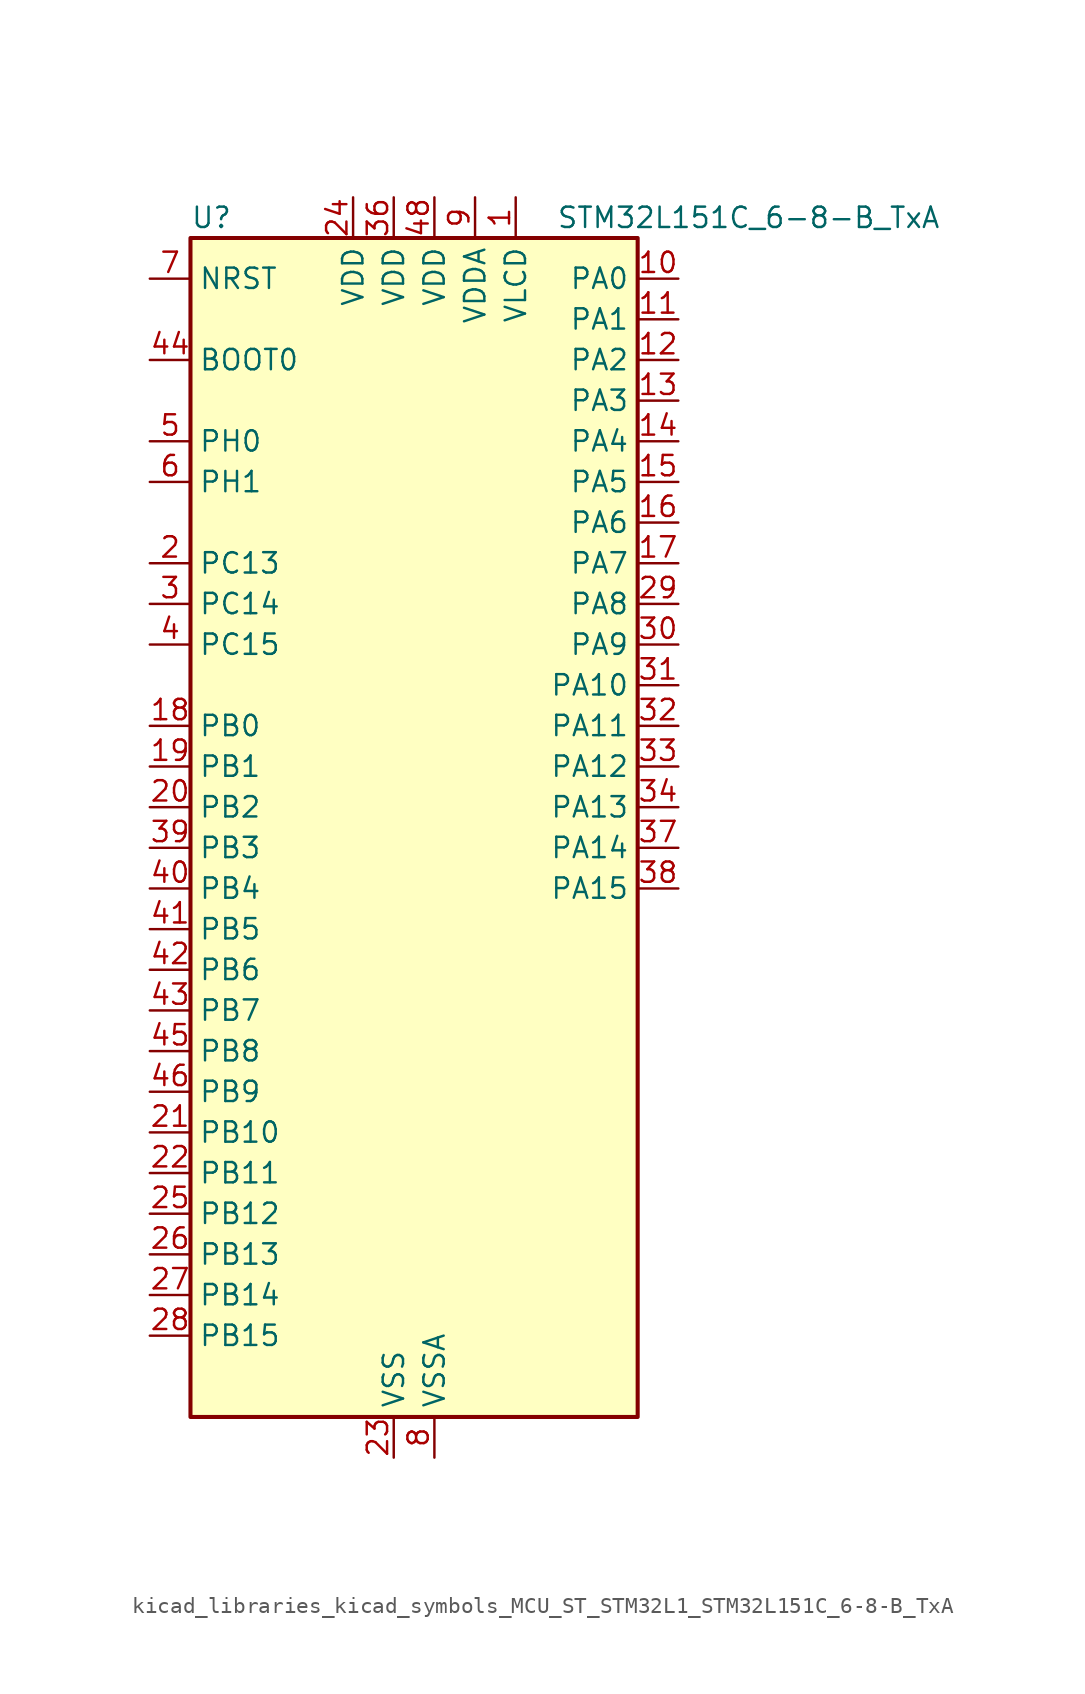
<source format=kicad_sym>
(kicad_symbol_lib
  (version 20220914)
  (generator kicad_symbol_editor)
  (symbol "kicad_libraries_kicad_symbols_MCU_ST_STM32L1_STM32L151C_6-8-B_TxA"
    (property "Reference" "U"
      (at -12.7 39.37 0)
      (effects (font (size 1.27 1.27)) (justify left)))
    (property "Value" "STM32L151C_6-8-B_TxA"
      (at 10.16 39.37 0)
      (effects (font (size 1.27 1.27)) (justify left)))
    (property "ki_locked" ""
      (at 0 0 0)
      (effects (font (size 1.27 1.27))))
    (symbol "kicad_libraries_kicad_symbols_MCU_ST_STM32L1_STM32L151C_6-8-B_TxA_0_1"
      (rectangle (start -12.7 -35.56) (end 15.24 38.1) (stroke (width 0.254) (type default)) (fill (type background))))
    (symbol "kicad_libraries_kicad_symbols_MCU_ST_STM32L1_STM32L151C_6-8-B_TxA_1_1"
      (pin power_in line (at 7.62 40.64 270) (length 2.54) (name "VLCD" (effects (font (size 1.27 1.27)))) (number "1" (effects (font (size 1.27 1.27)))))
      (pin bidirectional line (at 17.78 35.56 180) (length 2.54) (name "PA0" (effects (font (size 1.27 1.27)))) (number "10" (effects (font (size 1.27 1.27)))) (alternate "ADC_IN0" bidirectional line) (alternate "COMP1_INP" bidirectional line) (alternate "RTC_TAMP2" bidirectional line) (alternate "SYS_WKUP1" bidirectional line) (alternate "TIM2_CH1" bidirectional line) (alternate "TIM2_ETR" bidirectional line) (alternate "TIMX_IC1" bidirectional line) (alternate "TS_G1_IO1" bidirectional line) (alternate "USART2_CTS" bidirectional line))
      (pin bidirectional line (at 17.78 33.02 180) (length 2.54) (name "PA1" (effects (font (size 1.27 1.27)))) (number "11" (effects (font (size 1.27 1.27)))) (alternate "ADC_IN1" bidirectional line) (alternate "COMP1_INP" bidirectional line) (alternate "TIM2_CH2" bidirectional line) (alternate "TIMX_IC2" bidirectional line) (alternate "TS_G1_IO2" bidirectional line) (alternate "USART2_RTS" bidirectional line))
      (pin bidirectional line (at 17.78 30.48 180) (length 2.54) (name "PA2" (effects (font (size 1.27 1.27)))) (number "12" (effects (font (size 1.27 1.27)))) (alternate "ADC_IN2" bidirectional line) (alternate "COMP1_INP" bidirectional line) (alternate "TIM2_CH3" bidirectional line) (alternate "TIM9_CH1" bidirectional line) (alternate "TIMX_IC3" bidirectional line) (alternate "TS_G1_IO3" bidirectional line) (alternate "USART2_TX" bidirectional line))
      (pin bidirectional line (at 17.78 27.94 180) (length 2.54) (name "PA3" (effects (font (size 1.27 1.27)))) (number "13" (effects (font (size 1.27 1.27)))) (alternate "ADC_IN3" bidirectional line) (alternate "COMP1_INP" bidirectional line) (alternate "TIM2_CH4" bidirectional line) (alternate "TIM9_CH2" bidirectional line) (alternate "TIMX_IC4" bidirectional line) (alternate "TS_G1_IO4" bidirectional line) (alternate "USART2_RX" bidirectional line))
      (pin bidirectional line (at 17.78 25.4 180) (length 2.54) (name "PA4" (effects (font (size 1.27 1.27)))) (number "14" (effects (font (size 1.27 1.27)))) (alternate "ADC_IN4" bidirectional line) (alternate "COMP1_INP" bidirectional line) (alternate "DAC_OUT1" bidirectional line) (alternate "SPI1_NSS" bidirectional line) (alternate "TIMX_IC1" bidirectional line) (alternate "USART2_CK" bidirectional line))
      (pin bidirectional line (at 17.78 22.86 180) (length 2.54) (name "PA5" (effects (font (size 1.27 1.27)))) (number "15" (effects (font (size 1.27 1.27)))) (alternate "ADC_IN5" bidirectional line) (alternate "COMP1_INP" bidirectional line) (alternate "DAC_OUT2" bidirectional line) (alternate "SPI1_SCK" bidirectional line) (alternate "TIM2_CH1" bidirectional line) (alternate "TIM2_ETR" bidirectional line) (alternate "TIMX_IC2" bidirectional line))
      (pin bidirectional line (at 17.78 20.32 180) (length 2.54) (name "PA6" (effects (font (size 1.27 1.27)))) (number "16" (effects (font (size 1.27 1.27)))) (alternate "ADC_IN6" bidirectional line) (alternate "COMP1_INP" bidirectional line) (alternate "SPI1_MISO" bidirectional line) (alternate "TIM10_CH1" bidirectional line) (alternate "TIM3_CH1" bidirectional line) (alternate "TIMX_IC3" bidirectional line) (alternate "TS_G2_IO1" bidirectional line))
      (pin bidirectional line (at 17.78 17.78 180) (length 2.54) (name "PA7" (effects (font (size 1.27 1.27)))) (number "17" (effects (font (size 1.27 1.27)))) (alternate "ADC_IN7" bidirectional line) (alternate "COMP1_INP" bidirectional line) (alternate "SPI1_MOSI" bidirectional line) (alternate "TIM11_CH1" bidirectional line) (alternate "TIM3_CH2" bidirectional line) (alternate "TIMX_IC4" bidirectional line) (alternate "TS_G2_IO2" bidirectional line))
      (pin bidirectional line (at -15.24 7.62 0) (length 2.54) (name "PB0" (effects (font (size 1.27 1.27)))) (number "18" (effects (font (size 1.27 1.27)))) (alternate "ADC_IN8" bidirectional line) (alternate "COMP1_INP" bidirectional line) (alternate "SYS_V_REF_OUT" bidirectional line) (alternate "TIM3_CH3" bidirectional line) (alternate "TS_G3_IO1" bidirectional line))
      (pin bidirectional line (at -15.24 5.08 0) (length 2.54) (name "PB1" (effects (font (size 1.27 1.27)))) (number "19" (effects (font (size 1.27 1.27)))) (alternate "ADC_IN9" bidirectional line) (alternate "COMP1_INP" bidirectional line) (alternate "SYS_V_REF_OUT" bidirectional line) (alternate "TIM3_CH4" bidirectional line) (alternate "TS_G3_IO2" bidirectional line))
      (pin bidirectional line (at -15.24 17.78 0) (length 2.54) (name "PC13" (effects (font (size 1.27 1.27)))) (number "2" (effects (font (size 1.27 1.27)))) (alternate "RTC_OUT_ALARM" bidirectional line) (alternate "RTC_OUT_CALIB" bidirectional line) (alternate "RTC_TAMP1" bidirectional line) (alternate "RTC_TS" bidirectional line) (alternate "SYS_WKUP2" bidirectional line) (alternate "TIMX_IC2" bidirectional line))
      (pin bidirectional line (at -15.24 2.54 0) (length 2.54) (name "PB2" (effects (font (size 1.27 1.27)))) (number "20" (effects (font (size 1.27 1.27)))) (alternate "TS_G3_IO3" bidirectional line))
      (pin bidirectional line (at -15.24 -17.78 0) (length 2.54) (name "PB10" (effects (font (size 1.27 1.27)))) (number "21" (effects (font (size 1.27 1.27)))) (alternate "I2C2_SCL" bidirectional line) (alternate "TIM2_CH3" bidirectional line) (alternate "USART3_TX" bidirectional line))
      (pin bidirectional line (at -15.24 -20.32 0) (length 2.54) (name "PB11" (effects (font (size 1.27 1.27)))) (number "22" (effects (font (size 1.27 1.27)))) (alternate "ADC_EXTI11" bidirectional line) (alternate "I2C2_SDA" bidirectional line) (alternate "TIM2_CH4" bidirectional line) (alternate "USART3_RX" bidirectional line))
      (pin power_in line (at 0 -38.1 90) (length 2.54) (name "VSS" (effects (font (size 1.27 1.27)))) (number "23" (effects (font (size 1.27 1.27)))))
      (pin power_in line (at -2.54 40.64 270) (length 2.54) (name "VDD" (effects (font (size 1.27 1.27)))) (number "24" (effects (font (size 1.27 1.27)))))
      (pin bidirectional line (at -15.24 -22.86 0) (length 2.54) (name "PB12" (effects (font (size 1.27 1.27)))) (number "25" (effects (font (size 1.27 1.27)))) (alternate "ADC_IN18" bidirectional line) (alternate "COMP1_INP" bidirectional line) (alternate "I2C2_SMBA" bidirectional line) (alternate "SPI2_NSS" bidirectional line) (alternate "TIM10_CH1" bidirectional line) (alternate "TS_G7_IO1" bidirectional line) (alternate "USART3_CK" bidirectional line))
      (pin bidirectional line (at -15.24 -25.4 0) (length 2.54) (name "PB13" (effects (font (size 1.27 1.27)))) (number "26" (effects (font (size 1.27 1.27)))) (alternate "ADC_IN19" bidirectional line) (alternate "COMP1_INP" bidirectional line) (alternate "SPI2_SCK" bidirectional line) (alternate "TIM9_CH1" bidirectional line) (alternate "TS_G7_IO2" bidirectional line) (alternate "USART3_CTS" bidirectional line))
      (pin bidirectional line (at -15.24 -27.94 0) (length 2.54) (name "PB14" (effects (font (size 1.27 1.27)))) (number "27" (effects (font (size 1.27 1.27)))) (alternate "ADC_IN20" bidirectional line) (alternate "COMP1_INP" bidirectional line) (alternate "SPI2_MISO" bidirectional line) (alternate "TIM9_CH2" bidirectional line) (alternate "TS_G7_IO3" bidirectional line) (alternate "USART3_RTS" bidirectional line))
      (pin bidirectional line (at -15.24 -30.48 0) (length 2.54) (name "PB15" (effects (font (size 1.27 1.27)))) (number "28" (effects (font (size 1.27 1.27)))) (alternate "ADC_EXTI15" bidirectional line) (alternate "ADC_IN21" bidirectional line) (alternate "COMP1_INP" bidirectional line) (alternate "RTC_REFIN" bidirectional line) (alternate "SPI2_MOSI" bidirectional line) (alternate "TIM11_CH1" bidirectional line) (alternate "TS_G7_IO4" bidirectional line))
      (pin bidirectional line (at 17.78 15.24 180) (length 2.54) (name "PA8" (effects (font (size 1.27 1.27)))) (number "29" (effects (font (size 1.27 1.27)))) (alternate "RCC_MCO" bidirectional line) (alternate "TIMX_IC1" bidirectional line) (alternate "TS_G4_IO1" bidirectional line) (alternate "USART1_CK" bidirectional line))
      (pin bidirectional line (at -15.24 15.24 0) (length 2.54) (name "PC14" (effects (font (size 1.27 1.27)))) (number "3" (effects (font (size 1.27 1.27)))) (alternate "RCC_OSC32_IN" bidirectional line) (alternate "TIMX_IC3" bidirectional line))
      (pin bidirectional line (at 17.78 12.7 180) (length 2.54) (name "PA9" (effects (font (size 1.27 1.27)))) (number "30" (effects (font (size 1.27 1.27)))) (alternate "DAC_EXTI9" bidirectional line) (alternate "TIMX_IC2" bidirectional line) (alternate "TS_G4_IO2" bidirectional line) (alternate "USART1_TX" bidirectional line))
      (pin bidirectional line (at 17.78 10.16 180) (length 2.54) (name "PA10" (effects (font (size 1.27 1.27)))) (number "31" (effects (font (size 1.27 1.27)))) (alternate "TIMX_IC3" bidirectional line) (alternate "TS_G4_IO3" bidirectional line) (alternate "USART1_RX" bidirectional line))
      (pin bidirectional line (at 17.78 7.62 180) (length 2.54) (name "PA11" (effects (font (size 1.27 1.27)))) (number "32" (effects (font (size 1.27 1.27)))) (alternate "ADC_EXTI11" bidirectional line) (alternate "SPI1_MISO" bidirectional line) (alternate "TIMX_IC4" bidirectional line) (alternate "USART1_CTS" bidirectional line) (alternate "USB_DM" bidirectional line))
      (pin bidirectional line (at 17.78 5.08 180) (length 2.54) (name "PA12" (effects (font (size 1.27 1.27)))) (number "33" (effects (font (size 1.27 1.27)))) (alternate "SPI1_MOSI" bidirectional line) (alternate "TIMX_IC1" bidirectional line) (alternate "USART1_RTS" bidirectional line) (alternate "USB_DP" bidirectional line))
      (pin bidirectional line (at 17.78 2.54 180) (length 2.54) (name "PA13" (effects (font (size 1.27 1.27)))) (number "34" (effects (font (size 1.27 1.27)))) (alternate "SYS_JTMS-SWDIO" bidirectional line) (alternate "TIMX_IC2" bidirectional line) (alternate "TS_G5_IO1" bidirectional line))
      (pin passive line (at 0 -38.1 90) (length 2.54) hide (name "VSS" (effects (font (size 1.27 1.27)))) (number "35" (effects (font (size 1.27 1.27)))))
      (pin power_in line (at 0 40.64 270) (length 2.54) (name "VDD" (effects (font (size 1.27 1.27)))) (number "36" (effects (font (size 1.27 1.27)))))
      (pin bidirectional line (at 17.78 0 180) (length 2.54) (name "PA14" (effects (font (size 1.27 1.27)))) (number "37" (effects (font (size 1.27 1.27)))) (alternate "SYS_JTCK-SWCLK" bidirectional line) (alternate "TIMX_IC3" bidirectional line) (alternate "TS_G5_IO2" bidirectional line))
      (pin bidirectional line (at 17.78 -2.54 180) (length 2.54) (name "PA15" (effects (font (size 1.27 1.27)))) (number "38" (effects (font (size 1.27 1.27)))) (alternate "ADC_EXTI15" bidirectional line) (alternate "SPI1_NSS" bidirectional line) (alternate "SYS_JTDI" bidirectional line) (alternate "TIM2_CH1" bidirectional line) (alternate "TIM2_ETR" bidirectional line) (alternate "TIMX_IC4" bidirectional line) (alternate "TS_G5_IO3" bidirectional line))
      (pin bidirectional line (at -15.24 0 0) (length 2.54) (name "PB3" (effects (font (size 1.27 1.27)))) (number "39" (effects (font (size 1.27 1.27)))) (alternate "COMP2_INM" bidirectional line) (alternate "SPI1_SCK" bidirectional line) (alternate "SYS_JTDO-TRACESWO" bidirectional line) (alternate "TIM2_CH2" bidirectional line))
      (pin bidirectional line (at -15.24 12.7 0) (length 2.54) (name "PC15" (effects (font (size 1.27 1.27)))) (number "4" (effects (font (size 1.27 1.27)))) (alternate "ADC_EXTI15" bidirectional line) (alternate "RCC_OSC32_OUT" bidirectional line) (alternate "TIMX_IC4" bidirectional line))
      (pin bidirectional line (at -15.24 -2.54 0) (length 2.54) (name "PB4" (effects (font (size 1.27 1.27)))) (number "40" (effects (font (size 1.27 1.27)))) (alternate "COMP2_INP" bidirectional line) (alternate "SPI1_MISO" bidirectional line) (alternate "SYS_JTRST" bidirectional line) (alternate "TIM3_CH1" bidirectional line) (alternate "TS_G6_IO1" bidirectional line))
      (pin bidirectional line (at -15.24 -5.08 0) (length 2.54) (name "PB5" (effects (font (size 1.27 1.27)))) (number "41" (effects (font (size 1.27 1.27)))) (alternate "COMP2_INP" bidirectional line) (alternate "I2C1_SMBA" bidirectional line) (alternate "SPI1_MOSI" bidirectional line) (alternate "TIM3_CH2" bidirectional line) (alternate "TS_G6_IO2" bidirectional line))
      (pin bidirectional line (at -15.24 -7.62 0) (length 2.54) (name "PB6" (effects (font (size 1.27 1.27)))) (number "42" (effects (font (size 1.27 1.27)))) (alternate "I2C1_SCL" bidirectional line) (alternate "TIM4_CH1" bidirectional line) (alternate "TS_G6_IO3" bidirectional line) (alternate "USART1_TX" bidirectional line))
      (pin bidirectional line (at -15.24 -10.16 0) (length 2.54) (name "PB7" (effects (font (size 1.27 1.27)))) (number "43" (effects (font (size 1.27 1.27)))) (alternate "I2C1_SDA" bidirectional line) (alternate "SYS_PVD_IN" bidirectional line) (alternate "TIM4_CH2" bidirectional line) (alternate "TS_G6_IO4" bidirectional line) (alternate "USART1_RX" bidirectional line))
      (pin input line (at -15.24 30.48 0) (length 2.54) (name "BOOT0" (effects (font (size 1.27 1.27)))) (number "44" (effects (font (size 1.27 1.27)))))
      (pin bidirectional line (at -15.24 -12.7 0) (length 2.54) (name "PB8" (effects (font (size 1.27 1.27)))) (number "45" (effects (font (size 1.27 1.27)))) (alternate "I2C1_SCL" bidirectional line) (alternate "TIM10_CH1" bidirectional line) (alternate "TIM4_CH3" bidirectional line))
      (pin bidirectional line (at -15.24 -15.24 0) (length 2.54) (name "PB9" (effects (font (size 1.27 1.27)))) (number "46" (effects (font (size 1.27 1.27)))) (alternate "DAC_EXTI9" bidirectional line) (alternate "I2C1_SDA" bidirectional line) (alternate "TIM11_CH1" bidirectional line) (alternate "TIM4_CH4" bidirectional line))
      (pin passive line (at 0 -38.1 90) (length 2.54) hide (name "VSS" (effects (font (size 1.27 1.27)))) (number "47" (effects (font (size 1.27 1.27)))))
      (pin power_in line (at 2.54 40.64 270) (length 2.54) (name "VDD" (effects (font (size 1.27 1.27)))) (number "48" (effects (font (size 1.27 1.27)))))
      (pin bidirectional line (at -15.24 25.4 0) (length 2.54) (name "PH0" (effects (font (size 1.27 1.27)))) (number "5" (effects (font (size 1.27 1.27)))) (alternate "RCC_OSC_IN" bidirectional line))
      (pin bidirectional line (at -15.24 22.86 0) (length 2.54) (name "PH1" (effects (font (size 1.27 1.27)))) (number "6" (effects (font (size 1.27 1.27)))) (alternate "RCC_OSC_OUT" bidirectional line))
      (pin input line (at -15.24 35.56 0) (length 2.54) (name "NRST" (effects (font (size 1.27 1.27)))) (number "7" (effects (font (size 1.27 1.27)))))
      (pin power_in line (at 2.54 -38.1 90) (length 2.54) (name "VSSA" (effects (font (size 1.27 1.27)))) (number "8" (effects (font (size 1.27 1.27)))))
      (pin power_in line (at 5.08 40.64 270) (length 2.54) (name "VDDA" (effects (font (size 1.27 1.27)))) (number "9" (effects (font (size 1.27 1.27))))))))
</source>
